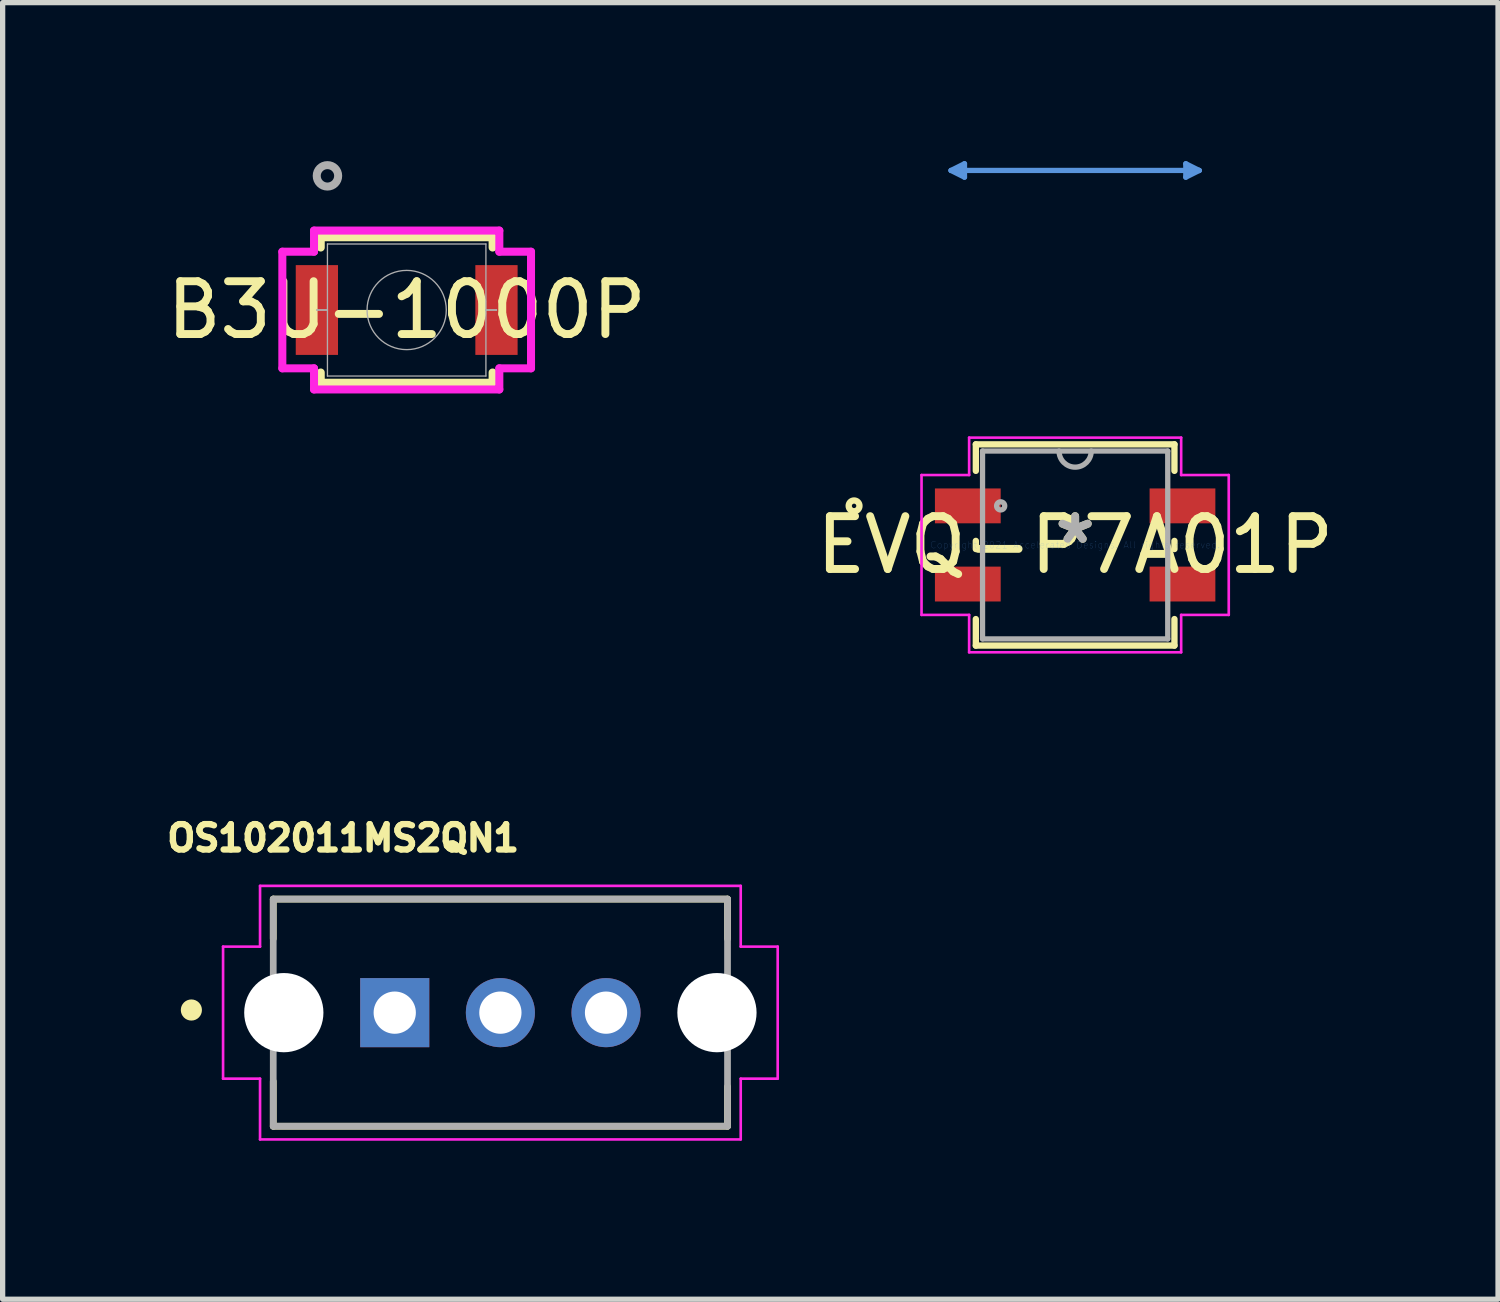
<source format=kicad_pcb>
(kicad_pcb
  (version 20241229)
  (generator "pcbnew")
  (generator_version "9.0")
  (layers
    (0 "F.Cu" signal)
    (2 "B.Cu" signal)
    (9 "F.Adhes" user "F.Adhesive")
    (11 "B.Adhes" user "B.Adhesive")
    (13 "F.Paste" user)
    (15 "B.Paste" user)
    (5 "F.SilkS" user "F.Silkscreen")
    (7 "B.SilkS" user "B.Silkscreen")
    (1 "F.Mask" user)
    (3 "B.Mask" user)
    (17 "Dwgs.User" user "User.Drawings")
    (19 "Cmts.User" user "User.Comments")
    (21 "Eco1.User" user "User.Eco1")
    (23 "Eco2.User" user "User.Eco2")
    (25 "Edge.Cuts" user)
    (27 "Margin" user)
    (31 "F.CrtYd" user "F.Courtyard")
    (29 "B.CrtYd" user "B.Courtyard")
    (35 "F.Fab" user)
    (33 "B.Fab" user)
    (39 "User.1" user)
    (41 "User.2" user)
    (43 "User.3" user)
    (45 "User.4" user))
  (footprint "EVQ-P7A01P"
    (layer "F.Cu")
    (at 17.304 7.267)
    (property "Reference" "EVQ-P7A01P" (at 0 0 0) (layer "F.SilkS") (effects (font (size 1 1) (thickness 0.15))))
    (attr through_hole)
    (fp_line (start -1.88 -1.905) (end -1.88 -1.403) (stroke (width 0.12) (type solid)) (layer "F.SilkS"))
    (fp_line (start -1.88 -0.077) (end -1.88 0.077) (stroke (width 0.12) (type solid)) (layer "F.SilkS"))
    (fp_line (start -1.88 1.403) (end -1.88 1.905) (stroke (width 0.12) (type solid)) (layer "F.SilkS"))
    (fp_line (start -1.88 1.905) (end 1.88 1.905) (stroke (width 0.12) (type solid)) (layer "F.SilkS"))
    (fp_line (start 1.88 -1.905) (end -1.88 -1.905) (stroke (width 0.12) (type solid)) (layer "F.SilkS"))
    (fp_line (start 1.88 -1.403) (end 1.88 -1.905) (stroke (width 0.12) (type solid)) (layer "F.SilkS"))
    (fp_line (start 1.88 0.077) (end 1.88 -0.077) (stroke (width 0.12) (type solid)) (layer "F.SilkS"))
    (fp_line (start 1.88 1.905) (end 1.88 1.403) (stroke (width 0.12) (type solid)) (layer "F.SilkS"))
    (fp_circle (center -4.185 -0.74) (end -4.083 -0.74) (stroke (width 0.12) (type solid)) (fill no) (layer "F.SilkS"))
    (fp_line (start -2.349 -7.09) (end -2.095 -7.217) (stroke (width 0.1) (type solid)) (layer "Cmts.User"))
    (fp_line (start -2.349 -7.09) (end -2.095 -6.963) (stroke (width 0.1) (type solid)) (layer "Cmts.User"))
    (fp_line (start -2.349 -7.09) (end 2.349 -7.09) (stroke (width 0.1) (type solid)) (layer "Cmts.User"))
    (fp_line (start -2.095 -7.217) (end -2.095 -6.963) (stroke (width 0.1) (type solid)) (layer "Cmts.User"))
    (fp_line (start 2.095 -7.217) (end 2.095 -6.963) (stroke (width 0.1) (type solid)) (layer "Cmts.User"))
    (fp_line (start 2.349 -7.09) (end 2.095 -7.217) (stroke (width 0.1) (type solid)) (layer "Cmts.User"))
    (fp_line (start 2.349 -7.09) (end 2.095 -6.963) (stroke (width 0.1) (type solid)) (layer "Cmts.User"))
    (fp_line (start -2.908 -1.324) (end -2.007 -1.324) (stroke (width 0.05) (type solid)) (layer "F.CrtYd"))
    (fp_line (start -2.908 1.324) (end -2.908 -1.324) (stroke (width 0.05) (type solid)) (layer "F.CrtYd"))
    (fp_line (start -2.007 -2.032) (end 2.007 -2.032) (stroke (width 0.05) (type solid)) (layer "F.CrtYd"))
    (fp_line (start -2.007 -1.324) (end -2.007 -2.032) (stroke (width 0.05) (type solid)) (layer "F.CrtYd"))
    (fp_line (start -2.007 1.324) (end -2.908 1.324) (stroke (width 0.05) (type solid)) (layer "F.CrtYd"))
    (fp_line (start -2.007 2.032) (end -2.007 1.324) (stroke (width 0.05) (type solid)) (layer "F.CrtYd"))
    (fp_line (start 2.007 -2.032) (end 2.007 -1.324) (stroke (width 0.05) (type solid)) (layer "F.CrtYd"))
    (fp_line (start 2.007 -1.324) (end 2.908 -1.324) (stroke (width 0.05) (type solid)) (layer "F.CrtYd"))
    (fp_line (start 2.007 1.324) (end 2.007 2.032) (stroke (width 0.05) (type solid)) (layer "F.CrtYd"))
    (fp_line (start 2.007 2.032) (end -2.007 2.032) (stroke (width 0.05) (type solid)) (layer "F.CrtYd"))
    (fp_line (start 2.908 -1.324) (end 2.908 1.324) (stroke (width 0.05) (type solid)) (layer "F.CrtYd"))
    (fp_line (start 2.908 1.324) (end 2.007 1.324) (stroke (width 0.05) (type solid)) (layer "F.CrtYd"))
    (fp_line (start -1.753 -1.778) (end -1.753 1.778) (stroke (width 0.1) (type solid)) (layer "F.Fab"))
    (fp_line (start -1.753 1.778) (end 1.753 1.778) (stroke (width 0.1) (type solid)) (layer "F.Fab"))
    (fp_line (start 1.753 -1.778) (end -1.753 -1.778) (stroke (width 0.1) (type solid)) (layer "F.Fab"))
    (fp_line (start 1.753 1.778) (end 1.753 -1.778) (stroke (width 0.1) (type solid)) (layer "F.Fab"))
    (fp_arc (start 0.3048 -1.778) (mid 0 -1.4732) (end -0.3048 -1.778) (stroke (width 0.1) (type solid)) (layer "F.Fab"))
    (fp_circle (center -1.41 -0.74) (end -1.333 -0.74) (stroke (width 0.1) (type solid)) (fill no) (layer "F.Fab"))
    (fp_text user "*" (at 0 0 0) (layer "F.SilkS") (effects (font (size 1 1) (thickness 0.15))))
    (fp_text user "Copyright 2021 Accelerated Designs. All rights reserved." (at 0 0 0) (layer "Cmts.User") (effects (font (size 0.127 0.127) (thickness 0.002))))
    (fp_text user "*" (at 0 0 0) (layer "F.Fab") (effects (font (size 1 1) (thickness 0.15))))
    (pad "1" smd rect (at -2.032 -0.74) (size 1.245 0.66) (layers "F.Cu" "F.Mask" "F.Paste"))
    (pad "2" smd rect (at -2.032 0.74) (size 1.245 0.66) (layers "F.Cu" "F.Mask" "F.Paste"))
    (pad "3" smd rect (at 2.032 -0.74) (size 1.245 0.66) (layers "F.Cu" "F.Mask" "F.Paste"))
    (pad "4" smd rect (at 2.032 0.74) (size 1.245 0.66) (layers "F.Cu" "F.Mask" "F.Paste")))
  (footprint "OS102011MS2QN1"
    (layer "F.Cu")
    (at 6.423 16.121)
    (property "Reference" "OS102011MS2QN1" (at -2.977 -3.305 0) (layer "F.SilkS") (effects (font (size 0.48 0.48) (thickness 0.12))))
    (attr through_hole)
    (fp_line (start -4.3 -2.15) (end -4.3 -1.4) (stroke (width 0.127) (type solid)) (layer "F.SilkS"))
    (fp_line (start -4.3 1.3) (end -4.3 2.15) (stroke (width 0.127) (type solid)) (layer "F.SilkS"))
    (fp_line (start -4.3 2.15) (end 4.3 2.15) (stroke (width 0.127) (type solid)) (layer "F.SilkS"))
    (fp_line (start 4.3 -2.15) (end -4.3 -2.15) (stroke (width 0.127) (type solid)) (layer "F.SilkS"))
    (fp_line (start 4.3 -1.4) (end 4.3 -2.15) (stroke (width 0.127) (type solid)) (layer "F.SilkS"))
    (fp_line (start 4.3 2.15) (end 4.3 1.4) (stroke (width 0.127) (type solid)) (layer "F.SilkS"))
    (fp_circle (center -5.85 -0.05) (end -5.75 -0.05) (stroke (width 0.2) (type solid)) (fill no) (layer "F.SilkS"))
    (fp_line (start -5.25 -1.25) (end -4.55 -1.25) (stroke (width 0.05) (type solid)) (layer "F.CrtYd"))
    (fp_line (start -5.25 1.25) (end -5.25 -1.25) (stroke (width 0.05) (type solid)) (layer "F.CrtYd"))
    (fp_line (start -4.55 -2.4) (end 4.55 -2.4) (stroke (width 0.05) (type solid)) (layer "F.CrtYd"))
    (fp_line (start -4.55 -1.25) (end -4.55 -2.4) (stroke (width 0.05) (type solid)) (layer "F.CrtYd"))
    (fp_line (start -4.55 1.25) (end -5.25 1.25) (stroke (width 0.05) (type solid)) (layer "F.CrtYd"))
    (fp_line (start -4.55 2.4) (end -4.55 1.25) (stroke (width 0.05) (type solid)) (layer "F.CrtYd"))
    (fp_line (start 4.55 -2.4) (end 4.55 -1.25) (stroke (width 0.05) (type solid)) (layer "F.CrtYd"))
    (fp_line (start 4.55 -1.25) (end 5.25 -1.25) (stroke (width 0.05) (type solid)) (layer "F.CrtYd"))
    (fp_line (start 4.55 1.25) (end 4.55 2.4) (stroke (width 0.05) (type solid)) (layer "F.CrtYd"))
    (fp_line (start 4.55 2.4) (end -4.55 2.4) (stroke (width 0.05) (type solid)) (layer "F.CrtYd"))
    (fp_line (start 5.25 -1.25) (end 5.25 1.25) (stroke (width 0.05) (type solid)) (layer "F.CrtYd"))
    (fp_line (start 5.25 1.25) (end 4.55 1.25) (stroke (width 0.05) (type solid)) (layer "F.CrtYd"))
    (fp_line (start -4.3 -2.15) (end 4.3 -2.15) (stroke (width 0.127) (type solid)) (layer "F.Fab"))
    (fp_line (start -4.3 2.15) (end -4.3 -2.15) (stroke (width 0.127) (type solid)) (layer "F.Fab"))
    (fp_line (start 4.3 -2.15) (end 4.3 2.15) (stroke (width 0.127) (type solid)) (layer "F.Fab"))
    (fp_line (start 4.3 2.15) (end -4.3 2.15) (stroke (width 0.127) (type solid)) (layer "F.Fab"))
    (fp_circle (center -2.1 -0.05) (end -2 -0.05) (stroke (width 0.2) (type solid)) (fill no) (layer "F.Fab"))
    (pad "" np_thru_hole circle (at -4.1 0) (size 1.5 1.5) (drill 1.5) (layers "*.Cu" "*.Mask"))
    (pad "" np_thru_hole circle (at 4.1 0) (size 1.5 1.5) (drill 1.5) (layers "*.Cu" "*.Mask"))
    (pad "1" thru_hole rect (at -2 0) (size 1.308 1.308) (drill 0.8) (layers "*.Cu" "*.Mask"))
    (pad "2" thru_hole circle (at 0 0) (size 1.308 1.308) (drill 0.8) (layers "*.Cu" "*.Mask"))
    (pad "3" thru_hole circle (at 2 0) (size 1.308 1.308) (drill 0.8) (layers "*.Cu" "*.Mask")))
  (footprint "B3U-1000P"
    (layer "F.Cu")
    (at 4.649 2.819)
    (property "Reference" "B3U-1000P" (at 0 0 0) (unlocked yes) (layer "F.SilkS") (effects (font (size 1 1) (thickness 0.15))))
    (attr smd)
    (fp_line (start -1.627 -1.377) (end -1.627 -1.183) (stroke (width 0.152) (type solid)) (layer "F.SilkS"))
    (fp_line (start -1.627 1.183) (end -1.627 1.377) (stroke (width 0.152) (type solid)) (layer "F.SilkS"))
    (fp_line (start -1.627 1.377) (end 1.627 1.377) (stroke (width 0.152) (type solid)) (layer "F.SilkS"))
    (fp_line (start 1.627 -1.377) (end -1.627 -1.377) (stroke (width 0.152) (type solid)) (layer "F.SilkS"))
    (fp_line (start 1.627 -1.183) (end 1.627 -1.377) (stroke (width 0.152) (type solid)) (layer "F.SilkS"))
    (fp_line (start 1.627 1.377) (end 1.627 1.183) (stroke (width 0.152) (type solid)) (layer "F.SilkS"))
    (fp_line (start -2.354 -1.104) (end -1.754 -1.104) (stroke (width 0.152) (type solid)) (layer "F.CrtYd"))
    (fp_line (start -2.354 1.104) (end -2.354 -1.104) (stroke (width 0.152) (type solid)) (layer "F.CrtYd"))
    (fp_line (start -2.354 1.104) (end -1.754 1.104) (stroke (width 0.152) (type solid)) (layer "F.CrtYd"))
    (fp_line (start -1.754 -1.504) (end 1.754 -1.504) (stroke (width 0.152) (type solid)) (layer "F.CrtYd"))
    (fp_line (start -1.754 -1.104) (end -1.754 -1.504) (stroke (width 0.152) (type solid)) (layer "F.CrtYd"))
    (fp_line (start -1.754 1.504) (end -1.754 1.104) (stroke (width 0.152) (type solid)) (layer "F.CrtYd"))
    (fp_line (start 1.754 -1.504) (end 1.754 -1.104) (stroke (width 0.152) (type solid)) (layer "F.CrtYd"))
    (fp_line (start 1.754 1.104) (end 1.754 1.504) (stroke (width 0.152) (type solid)) (layer "F.CrtYd"))
    (fp_line (start 1.754 1.504) (end -1.754 1.504) (stroke (width 0.152) (type solid)) (layer "F.CrtYd"))
    (fp_line (start 2.354 -1.104) (end 1.754 -1.104) (stroke (width 0.152) (type solid)) (layer "F.CrtYd"))
    (fp_line (start 2.354 -1.104) (end 2.354 1.104) (stroke (width 0.152) (type solid)) (layer "F.CrtYd"))
    (fp_line (start 2.354 1.104) (end 1.754 1.104) (stroke (width 0.152) (type solid)) (layer "F.CrtYd"))
    (fp_line (start -1.7 0) (end -1.7 0) (stroke (width 0.025) (type solid)) (layer "F.Fab"))
    (fp_line (start -1.7 0) (end -1.5 0) (stroke (width 0.025) (type solid)) (layer "F.Fab"))
    (fp_line (start -1.5 -1.25) (end -1.5 1.25) (stroke (width 0.025) (type solid)) (layer "F.Fab"))
    (fp_line (start -1.5 0) (end -1.7 0) (stroke (width 0.025) (type solid)) (layer "F.Fab"))
    (fp_line (start -1.5 0) (end -1.5 0) (stroke (width 0.025) (type solid)) (layer "F.Fab"))
    (fp_line (start -1.5 1.25) (end 1.5 1.25) (stroke (width 0.025) (type solid)) (layer "F.Fab"))
    (fp_line (start 1.5 -1.25) (end -1.5 -1.25) (stroke (width 0.025) (type solid)) (layer "F.Fab"))
    (fp_line (start 1.5 0) (end 1.5 0) (stroke (width 0.025) (type solid)) (layer "F.Fab"))
    (fp_line (start 1.5 0) (end 1.7 0) (stroke (width 0.025) (type solid)) (layer "F.Fab"))
    (fp_line (start 1.5 1.25) (end 1.5 -1.25) (stroke (width 0.025) (type solid)) (layer "F.Fab"))
    (fp_line (start 1.7 0) (end 1.5 0) (stroke (width 0.025) (type solid)) (layer "F.Fab"))
    (fp_line (start 1.7 0) (end 1.7 0) (stroke (width 0.025) (type solid)) (layer "F.Fab"))
    (fp_circle (center -1.5 -2.54) (end -1.297 -2.54) (stroke (width 0.152) (type solid)) (fill no) (layer "F.Fab"))
    (fp_circle (center 0 0) (end 0.75 0) (stroke (width 0.025) (type solid)) (fill no) (layer "F.Fab"))
    (pad "1" smd rect (at -1.7 0) (size 0.8 1.7) (layers "F.Cu" "F.Mask" "F.Paste"))
    (pad "2" smd rect (at 1.7 0) (size 0.8 1.7) (layers "F.Cu" "F.Mask" "F.Paste")))
  (gr_rect
    (start -3 -3)
    (end 25.31 21.546)
    (stroke (width 0.1) (type default))
    (fill no)
    (layer "Edge.Cuts")))
</source>
